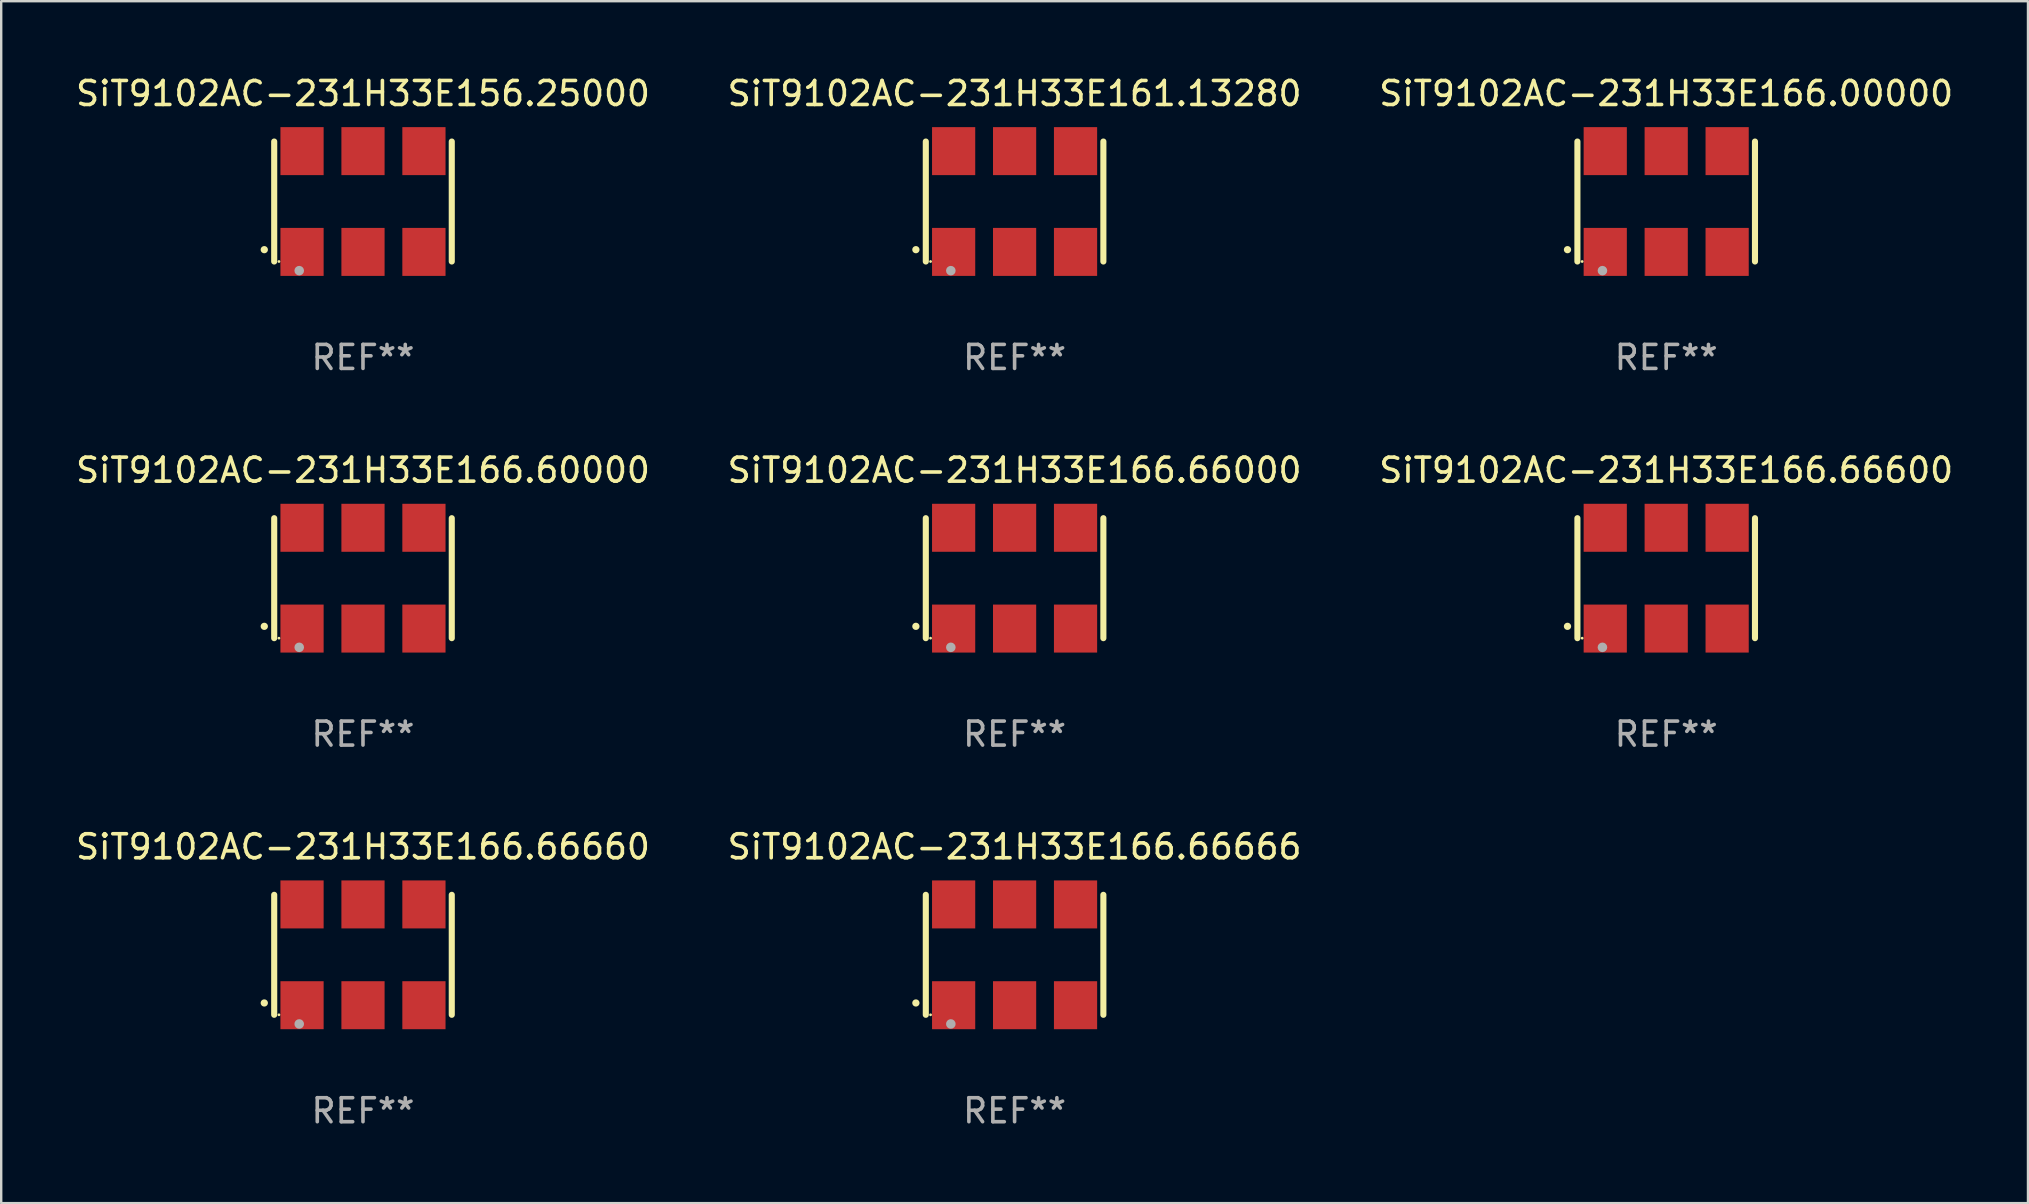
<source format=kicad_pcb>
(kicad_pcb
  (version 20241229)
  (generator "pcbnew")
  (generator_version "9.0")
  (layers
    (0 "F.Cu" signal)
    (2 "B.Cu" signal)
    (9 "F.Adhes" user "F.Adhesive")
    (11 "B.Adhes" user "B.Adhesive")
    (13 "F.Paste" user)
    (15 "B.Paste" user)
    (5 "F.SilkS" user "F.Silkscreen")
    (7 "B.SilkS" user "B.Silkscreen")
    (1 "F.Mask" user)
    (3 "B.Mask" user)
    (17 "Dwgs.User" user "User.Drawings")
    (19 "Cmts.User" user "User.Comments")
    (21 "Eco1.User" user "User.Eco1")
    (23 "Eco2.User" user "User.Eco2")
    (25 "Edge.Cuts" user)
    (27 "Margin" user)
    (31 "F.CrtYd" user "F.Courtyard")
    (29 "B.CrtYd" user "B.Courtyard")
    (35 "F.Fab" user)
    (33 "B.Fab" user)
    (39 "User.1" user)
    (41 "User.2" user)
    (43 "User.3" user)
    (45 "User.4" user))
  (footprint "SiT9102AC-231H33E166.60000"
    (layer "F.Cu")
    (at 12.077 21.045)
    (property "Reference" "SiT9102AC-231H33E166.60000" (at 0 -4.5 0) (layer "F.SilkS") (effects (font (size 1 1) (thickness 0.15))))
    (attr through_hole)
    (fp_line (start -3.7 -2.5) (end -3.7 2.5) (stroke (width 0.254) (type solid)) (layer "F.SilkS"))
    (fp_line (start 3.7 -2.5) (end 3.7 2.5) (stroke (width 0.254) (type solid)) (layer "F.SilkS"))
    (fp_arc (start -4.114415 2.006604) (mid -4.113145 2.006599) (end -4.111875 2.006604) (stroke (width 0.3) (type solid)) (layer "F.SilkS"))
    (fp_circle (center -3.502 2.5) (end -3.472 2.5) (stroke (width 0.06) (type solid)) (fill no) (layer "F.SilkS"))
    (fp_circle (center -2.657 2.882) (end -2.557 2.882) (stroke (width 0.2) (type solid)) (fill no) (layer "F.Fab"))
    (fp_text user "REF**" (at 0 6.5 0) (layer "F.Fab") (effects (font (size 1 1) (thickness 0.15))))
    (pad "1" smd rect (at -2.54 2.1) (size 1.8 2) (layers "F.Cu" "F.Mask" "F.Paste"))
    (pad "2" smd rect (at 0.000394 2.1) (size 1.8 2) (layers "F.Cu" "F.Mask" "F.Paste"))
    (pad "3" smd rect (at 2.54 2.1) (size 1.8 2) (layers "F.Cu" "F.Mask" "F.Paste"))
    (pad "4" smd rect (at 2.54 -2.1) (size 1.8 2) (layers "F.Cu" "F.Mask" "F.Paste"))
    (pad "5" smd rect (at 0.000394 -2.1) (size 1.8 2) (layers "F.Cu" "F.Mask" "F.Paste"))
    (pad "6" smd rect (at -2.54 -2.1) (size 1.8 2) (layers "F.Cu" "F.Mask" "F.Paste")))
  (footprint "SiT9102AC-231H33E166.66660"
    (layer "F.Cu")
    (at 12.077 36.741)
    (property "Reference" "SiT9102AC-231H33E166.66660" (at 0 -4.5 0) (layer "F.SilkS") (effects (font (size 1 1) (thickness 0.15))))
    (attr through_hole)
    (fp_line (start -3.7 -2.5) (end -3.7 2.5) (stroke (width 0.254) (type solid)) (layer "F.SilkS"))
    (fp_line (start 3.7 -2.5) (end 3.7 2.5) (stroke (width 0.254) (type solid)) (layer "F.SilkS"))
    (fp_arc (start -4.114415 2.006604) (mid -4.113145 2.006599) (end -4.111875 2.006604) (stroke (width 0.3) (type solid)) (layer "F.SilkS"))
    (fp_circle (center -3.502 2.5) (end -3.472 2.5) (stroke (width 0.06) (type solid)) (fill no) (layer "F.SilkS"))
    (fp_circle (center -2.657 2.882) (end -2.557 2.882) (stroke (width 0.2) (type solid)) (fill no) (layer "F.Fab"))
    (fp_text user "REF**" (at 0 6.5 0) (layer "F.Fab") (effects (font (size 1 1) (thickness 0.15))))
    (pad "1" smd rect (at -2.54 2.1) (size 1.8 2) (layers "F.Cu" "F.Mask" "F.Paste"))
    (pad "2" smd rect (at 0.000394 2.1) (size 1.8 2) (layers "F.Cu" "F.Mask" "F.Paste"))
    (pad "3" smd rect (at 2.54 2.1) (size 1.8 2) (layers "F.Cu" "F.Mask" "F.Paste"))
    (pad "4" smd rect (at 2.54 -2.1) (size 1.8 2) (layers "F.Cu" "F.Mask" "F.Paste"))
    (pad "5" smd rect (at 0.000394 -2.1) (size 1.8 2) (layers "F.Cu" "F.Mask" "F.Paste"))
    (pad "6" smd rect (at -2.54 -2.1) (size 1.8 2) (layers "F.Cu" "F.Mask" "F.Paste")))
  (footprint "SiT9102AC-231H33E166.66000"
    (layer "F.Cu")
    (at 39.232 21.045)
    (property "Reference" "SiT9102AC-231H33E166.66000" (at 0 -4.5 0) (layer "F.SilkS") (effects (font (size 1 1) (thickness 0.15))))
    (attr through_hole)
    (fp_line (start -3.7 -2.5) (end -3.7 2.5) (stroke (width 0.254) (type solid)) (layer "F.SilkS"))
    (fp_line (start 3.7 -2.5) (end 3.7 2.5) (stroke (width 0.254) (type solid)) (layer "F.SilkS"))
    (fp_arc (start -4.114415 2.006604) (mid -4.113145 2.006599) (end -4.111875 2.006604) (stroke (width 0.3) (type solid)) (layer "F.SilkS"))
    (fp_circle (center -3.502 2.5) (end -3.472 2.5) (stroke (width 0.06) (type solid)) (fill no) (layer "F.SilkS"))
    (fp_circle (center -2.657 2.882) (end -2.557 2.882) (stroke (width 0.2) (type solid)) (fill no) (layer "F.Fab"))
    (fp_text user "REF**" (at 0 6.5 0) (layer "F.Fab") (effects (font (size 1 1) (thickness 0.15))))
    (pad "1" smd rect (at -2.54 2.1) (size 1.8 2) (layers "F.Cu" "F.Mask" "F.Paste"))
    (pad "2" smd rect (at 0.000394 2.1) (size 1.8 2) (layers "F.Cu" "F.Mask" "F.Paste"))
    (pad "3" smd rect (at 2.54 2.1) (size 1.8 2) (layers "F.Cu" "F.Mask" "F.Paste"))
    (pad "4" smd rect (at 2.54 -2.1) (size 1.8 2) (layers "F.Cu" "F.Mask" "F.Paste"))
    (pad "5" smd rect (at 0.000394 -2.1) (size 1.8 2) (layers "F.Cu" "F.Mask" "F.Paste"))
    (pad "6" smd rect (at -2.54 -2.1) (size 1.8 2) (layers "F.Cu" "F.Mask" "F.Paste")))
  (footprint "SiT9102AC-231H33E166.66600"
    (layer "F.Cu")
    (at 66.387 21.045)
    (property "Reference" "SiT9102AC-231H33E166.66600" (at 0 -4.5 0) (layer "F.SilkS") (effects (font (size 1 1) (thickness 0.15))))
    (attr through_hole)
    (fp_line (start -3.7 -2.5) (end -3.7 2.5) (stroke (width 0.254) (type solid)) (layer "F.SilkS"))
    (fp_line (start 3.7 -2.5) (end 3.7 2.5) (stroke (width 0.254) (type solid)) (layer "F.SilkS"))
    (fp_arc (start -4.114415 2.006604) (mid -4.113145 2.006599) (end -4.111875 2.006604) (stroke (width 0.3) (type solid)) (layer "F.SilkS"))
    (fp_circle (center -3.502 2.5) (end -3.472 2.5) (stroke (width 0.06) (type solid)) (fill no) (layer "F.SilkS"))
    (fp_circle (center -2.657 2.882) (end -2.557 2.882) (stroke (width 0.2) (type solid)) (fill no) (layer "F.Fab"))
    (fp_text user "REF**" (at 0 6.5 0) (layer "F.Fab") (effects (font (size 1 1) (thickness 0.15))))
    (pad "1" smd rect (at -2.54 2.1) (size 1.8 2) (layers "F.Cu" "F.Mask" "F.Paste"))
    (pad "2" smd rect (at 0.000394 2.1) (size 1.8 2) (layers "F.Cu" "F.Mask" "F.Paste"))
    (pad "3" smd rect (at 2.54 2.1) (size 1.8 2) (layers "F.Cu" "F.Mask" "F.Paste"))
    (pad "4" smd rect (at 2.54 -2.1) (size 1.8 2) (layers "F.Cu" "F.Mask" "F.Paste"))
    (pad "5" smd rect (at 0.000394 -2.1) (size 1.8 2) (layers "F.Cu" "F.Mask" "F.Paste"))
    (pad "6" smd rect (at -2.54 -2.1) (size 1.8 2) (layers "F.Cu" "F.Mask" "F.Paste")))
  (footprint "SiT9102AC-231H33E156.25000"
    (layer "F.Cu")
    (at 12.077 5.348)
    (property "Reference" "SiT9102AC-231H33E156.25000" (at 0 -4.5 0) (layer "F.SilkS") (effects (font (size 1 1) (thickness 0.15))))
    (attr through_hole)
    (fp_line (start -3.7 -2.5) (end -3.7 2.5) (stroke (width 0.254) (type solid)) (layer "F.SilkS"))
    (fp_line (start 3.7 -2.5) (end 3.7 2.5) (stroke (width 0.254) (type solid)) (layer "F.SilkS"))
    (fp_arc (start -4.114415 2.006604) (mid -4.113145 2.006599) (end -4.111875 2.006604) (stroke (width 0.3) (type solid)) (layer "F.SilkS"))
    (fp_circle (center -3.502 2.5) (end -3.472 2.5) (stroke (width 0.06) (type solid)) (fill no) (layer "F.SilkS"))
    (fp_circle (center -2.657 2.882) (end -2.557 2.882) (stroke (width 0.2) (type solid)) (fill no) (layer "F.Fab"))
    (fp_text user "REF**" (at 0 6.5 0) (layer "F.Fab") (effects (font (size 1 1) (thickness 0.15))))
    (pad "1" smd rect (at -2.54 2.1) (size 1.8 2) (layers "F.Cu" "F.Mask" "F.Paste"))
    (pad "2" smd rect (at 0.000394 2.1) (size 1.8 2) (layers "F.Cu" "F.Mask" "F.Paste"))
    (pad "3" smd rect (at 2.54 2.1) (size 1.8 2) (layers "F.Cu" "F.Mask" "F.Paste"))
    (pad "4" smd rect (at 2.54 -2.1) (size 1.8 2) (layers "F.Cu" "F.Mask" "F.Paste"))
    (pad "5" smd rect (at 0.000394 -2.1) (size 1.8 2) (layers "F.Cu" "F.Mask" "F.Paste"))
    (pad "6" smd rect (at -2.54 -2.1) (size 1.8 2) (layers "F.Cu" "F.Mask" "F.Paste")))
  (footprint "SiT9102AC-231H33E166.66666"
    (layer "F.Cu")
    (at 39.232 36.741)
    (property "Reference" "SiT9102AC-231H33E166.66666" (at 0 -4.5 0) (layer "F.SilkS") (effects (font (size 1 1) (thickness 0.15))))
    (attr through_hole)
    (fp_line (start -3.7 -2.5) (end -3.7 2.5) (stroke (width 0.254) (type solid)) (layer "F.SilkS"))
    (fp_line (start 3.7 -2.5) (end 3.7 2.5) (stroke (width 0.254) (type solid)) (layer "F.SilkS"))
    (fp_arc (start -4.114415 2.006604) (mid -4.113145 2.006599) (end -4.111875 2.006604) (stroke (width 0.3) (type solid)) (layer "F.SilkS"))
    (fp_circle (center -3.502 2.5) (end -3.472 2.5) (stroke (width 0.06) (type solid)) (fill no) (layer "F.SilkS"))
    (fp_circle (center -2.657 2.882) (end -2.557 2.882) (stroke (width 0.2) (type solid)) (fill no) (layer "F.Fab"))
    (fp_text user "REF**" (at 0 6.5 0) (layer "F.Fab") (effects (font (size 1 1) (thickness 0.15))))
    (pad "1" smd rect (at -2.54 2.1) (size 1.8 2) (layers "F.Cu" "F.Mask" "F.Paste"))
    (pad "2" smd rect (at 0.000394 2.1) (size 1.8 2) (layers "F.Cu" "F.Mask" "F.Paste"))
    (pad "3" smd rect (at 2.54 2.1) (size 1.8 2) (layers "F.Cu" "F.Mask" "F.Paste"))
    (pad "4" smd rect (at 2.54 -2.1) (size 1.8 2) (layers "F.Cu" "F.Mask" "F.Paste"))
    (pad "5" smd rect (at 0.000394 -2.1) (size 1.8 2) (layers "F.Cu" "F.Mask" "F.Paste"))
    (pad "6" smd rect (at -2.54 -2.1) (size 1.8 2) (layers "F.Cu" "F.Mask" "F.Paste")))
  (footprint "SiT9102AC-231H33E166.00000"
    (layer "F.Cu")
    (at 66.387 5.348)
    (property "Reference" "SiT9102AC-231H33E166.00000" (at 0 -4.5 0) (layer "F.SilkS") (effects (font (size 1 1) (thickness 0.15))))
    (attr through_hole)
    (fp_line (start -3.7 -2.5) (end -3.7 2.5) (stroke (width 0.254) (type solid)) (layer "F.SilkS"))
    (fp_line (start 3.7 -2.5) (end 3.7 2.5) (stroke (width 0.254) (type solid)) (layer "F.SilkS"))
    (fp_arc (start -4.114415 2.006604) (mid -4.113145 2.006599) (end -4.111875 2.006604) (stroke (width 0.3) (type solid)) (layer "F.SilkS"))
    (fp_circle (center -3.502 2.5) (end -3.472 2.5) (stroke (width 0.06) (type solid)) (fill no) (layer "F.SilkS"))
    (fp_circle (center -2.657 2.882) (end -2.557 2.882) (stroke (width 0.2) (type solid)) (fill no) (layer "F.Fab"))
    (fp_text user "REF**" (at 0 6.5 0) (layer "F.Fab") (effects (font (size 1 1) (thickness 0.15))))
    (pad "1" smd rect (at -2.54 2.1) (size 1.8 2) (layers "F.Cu" "F.Mask" "F.Paste"))
    (pad "2" smd rect (at 0.000394 2.1) (size 1.8 2) (layers "F.Cu" "F.Mask" "F.Paste"))
    (pad "3" smd rect (at 2.54 2.1) (size 1.8 2) (layers "F.Cu" "F.Mask" "F.Paste"))
    (pad "4" smd rect (at 2.54 -2.1) (size 1.8 2) (layers "F.Cu" "F.Mask" "F.Paste"))
    (pad "5" smd rect (at 0.000394 -2.1) (size 1.8 2) (layers "F.Cu" "F.Mask" "F.Paste"))
    (pad "6" smd rect (at -2.54 -2.1) (size 1.8 2) (layers "F.Cu" "F.Mask" "F.Paste")))
  (footprint "SiT9102AC-231H33E161.13280"
    (layer "F.Cu")
    (at 39.232 5.348)
    (property "Reference" "SiT9102AC-231H33E161.13280" (at 0 -4.5 0) (layer "F.SilkS") (effects (font (size 1 1) (thickness 0.15))))
    (attr through_hole)
    (fp_line (start -3.7 -2.5) (end -3.7 2.5) (stroke (width 0.254) (type solid)) (layer "F.SilkS"))
    (fp_line (start 3.7 -2.5) (end 3.7 2.5) (stroke (width 0.254) (type solid)) (layer "F.SilkS"))
    (fp_arc (start -4.114415 2.006604) (mid -4.113145 2.006599) (end -4.111875 2.006604) (stroke (width 0.3) (type solid)) (layer "F.SilkS"))
    (fp_circle (center -3.502 2.5) (end -3.472 2.5) (stroke (width 0.06) (type solid)) (fill no) (layer "F.SilkS"))
    (fp_circle (center -2.657 2.882) (end -2.557 2.882) (stroke (width 0.2) (type solid)) (fill no) (layer "F.Fab"))
    (fp_text user "REF**" (at 0 6.5 0) (layer "F.Fab") (effects (font (size 1 1) (thickness 0.15))))
    (pad "1" smd rect (at -2.54 2.1) (size 1.8 2) (layers "F.Cu" "F.Mask" "F.Paste"))
    (pad "2" smd rect (at 0.000394 2.1) (size 1.8 2) (layers "F.Cu" "F.Mask" "F.Paste"))
    (pad "3" smd rect (at 2.54 2.1) (size 1.8 2) (layers "F.Cu" "F.Mask" "F.Paste"))
    (pad "4" smd rect (at 2.54 -2.1) (size 1.8 2) (layers "F.Cu" "F.Mask" "F.Paste"))
    (pad "5" smd rect (at 0.000394 -2.1) (size 1.8 2) (layers "F.Cu" "F.Mask" "F.Paste"))
    (pad "6" smd rect (at -2.54 -2.1) (size 1.8 2) (layers "F.Cu" "F.Mask" "F.Paste")))
  (gr_rect
    (start -3 -3)
    (end 81.464 47.09)
    (stroke (width 0.1) (type default))
    (fill no)
    (layer "Edge.Cuts")))
</source>
